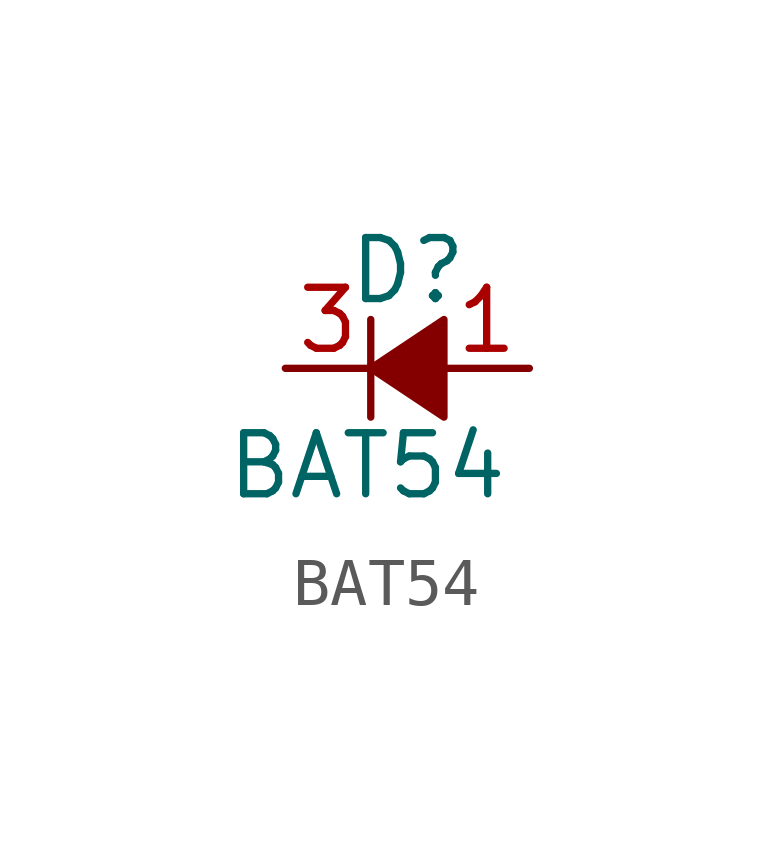
<source format=kicad_sym>
(kicad_symbol_lib
  (version 20211014)
  (generator kicad_symbol_editor)
  (symbol "BAT54"
    (pin_names
      (offset 0.254) hide)
    (property "Reference" "D"
      (at -1.27 2.032 0)
      (effects (font (size 1.27 1.27)) (justify left)))
    (property "Value" "BAT54"
      (at -3.81 -2.032 0)
      (effects (font (size 1.27 1.27)) (justify left)))
    (property "Datasheet" ""
      (at 0 0 90)
      (effects (font (size 1.27 1.27))))
    (symbol "BAT54_0_1"
      (polyline (pts (xy -0.762 -1.016) (xy -0.762 1.016)) (stroke (width 0) (type default) (color 0 0 0 0)) (fill (type none)))
      (polyline (pts (xy 0.762 -1.016) (xy -0.762 0) (xy 0.762 1.016) (xy 0.762 -1.016)) (stroke (width 0) (type default) (color 0 0 0 0)) (fill (type outline))))
    (symbol "BAT54_1_1"
      (pin passive line (at 2.54 0 180) (length 1.778) (name "A" (effects (font (size 1.27 1.27)))) (number "1" (effects (font (size 1.27 1.27)))))
      (pin passive line (at -2.54 0 0) (length 1.778) (name "K" (effects (font (size 1.27 1.27)))) (number "3" (effects (font (size 1.27 1.27))))))))
</source>
